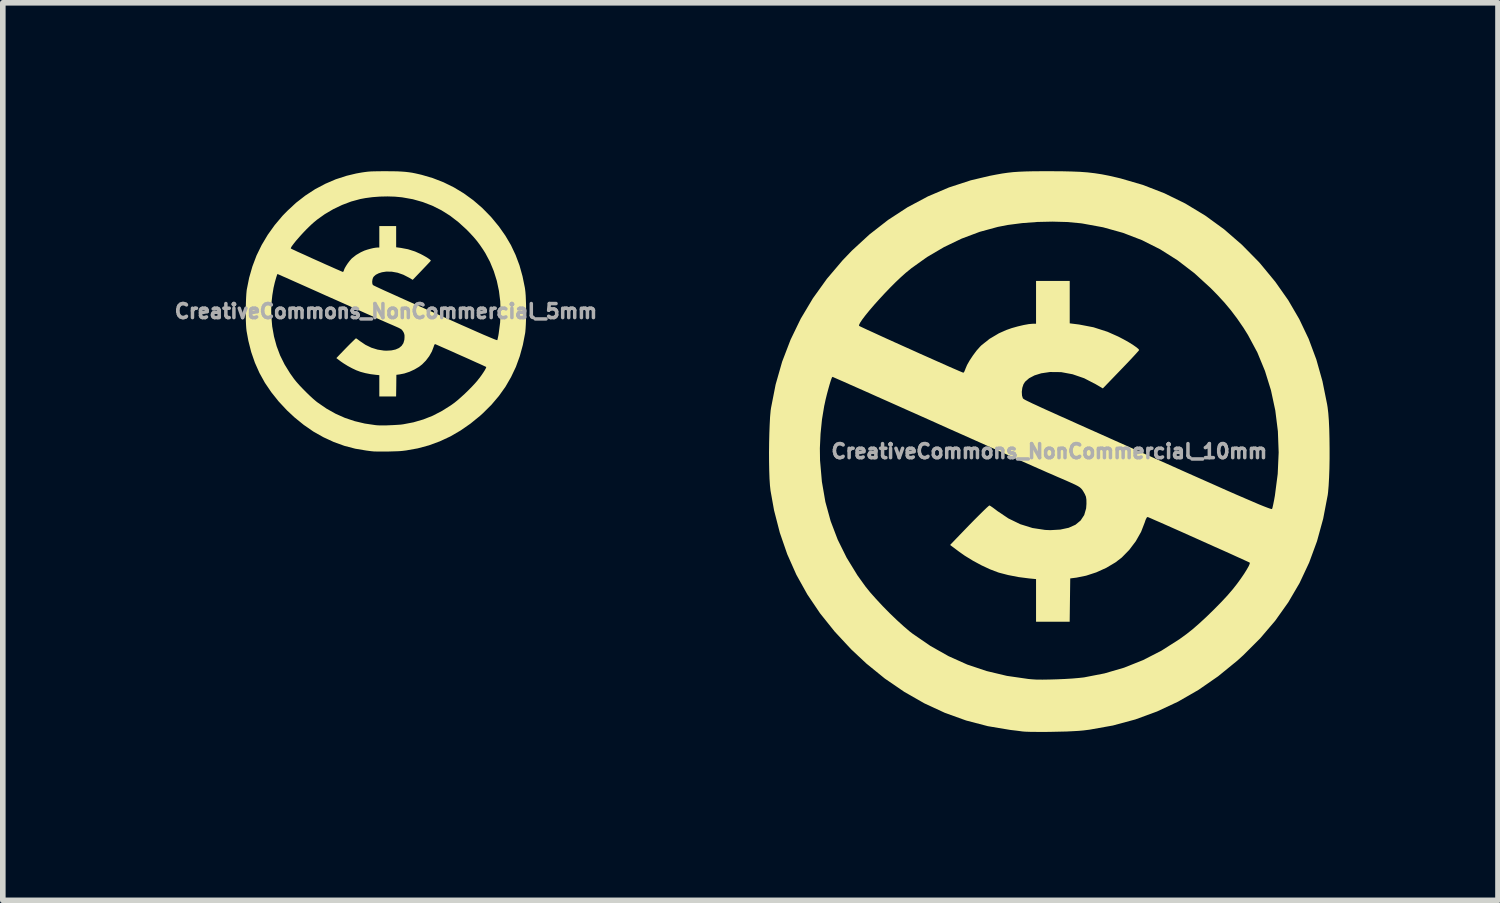
<source format=kicad_pcb>
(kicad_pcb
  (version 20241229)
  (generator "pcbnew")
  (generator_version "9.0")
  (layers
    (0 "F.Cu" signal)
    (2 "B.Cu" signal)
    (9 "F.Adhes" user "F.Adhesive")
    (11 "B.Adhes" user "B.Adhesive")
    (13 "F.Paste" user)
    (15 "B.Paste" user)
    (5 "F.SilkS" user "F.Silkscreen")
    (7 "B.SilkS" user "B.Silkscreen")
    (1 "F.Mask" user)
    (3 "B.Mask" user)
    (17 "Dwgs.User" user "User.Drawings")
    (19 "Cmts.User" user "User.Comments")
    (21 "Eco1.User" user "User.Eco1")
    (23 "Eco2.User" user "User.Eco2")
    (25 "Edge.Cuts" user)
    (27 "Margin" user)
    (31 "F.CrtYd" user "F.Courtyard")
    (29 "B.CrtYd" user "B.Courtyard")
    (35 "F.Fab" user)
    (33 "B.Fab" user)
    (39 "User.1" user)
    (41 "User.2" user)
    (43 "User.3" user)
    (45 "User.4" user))
  (footprint "CreativeCommons_NonCommercial_5mm"
    (layer "F.Cu")
    (at 3.825 2.495)
    (property "Reference" "CreativeCommons_NonCommercial_5mm" (at 0 0 0) (layer "F.Fab") (effects (font (size 0.25 0.25) (thickness 0.3))))
    (attr board_only exclude_from_pos_files exclude_from_bom)
    (fp_poly (pts (xy 0.111 -2.494) (xy 0.198 -2.493) (xy 0.274 -2.489) (xy 0.342 -2.484) (xy 0.405 -2.477) (xy 0.467 -2.468) (xy 0.531 -2.455) (xy 0.601 -2.439) (xy 0.635 -2.431) (xy 0.833 -2.373) (xy 1.026 -2.298) (xy 1.211 -2.207) (xy 1.388 -2.1) (xy 1.556 -1.978) (xy 1.716 -1.84) (xy 1.865 -1.688) (xy 1.881 -1.67) (xy 2.013 -1.51) (xy 2.128 -1.346) (xy 2.227 -1.178) (xy 2.31 -1.002) (xy 2.379 -0.818) (xy 2.433 -0.624) (xy 2.475 -0.419) (xy 2.479 -0.391) (xy 2.485 -0.34) (xy 2.49 -0.275) (xy 2.493 -0.198) (xy 2.496 -0.113) (xy 2.497 -0.024) (xy 2.496 0.066) (xy 2.495 0.153) (xy 2.492 0.234) (xy 2.488 0.306) (xy 2.483 0.365) (xy 2.48 0.389) (xy 2.439 0.6) (xy 2.384 0.801) (xy 2.315 0.991) (xy 2.229 1.172) (xy 2.129 1.345) (xy 2.012 1.509) (xy 1.879 1.666) (xy 1.729 1.815) (xy 1.675 1.864) (xy 1.504 2.003) (xy 1.328 2.125) (xy 1.147 2.23) (xy 0.96 2.317) (xy 0.767 2.388) (xy 0.567 2.442) (xy 0.36 2.479) (xy 0.304 2.486) (xy 0.265 2.49) (xy 0.214 2.493) (xy 0.153 2.495) (xy 0.086 2.497) (xy 0.017 2.499) (xy -0.05 2.499) (xy -0.114 2.499) (xy -0.17 2.498) (xy -0.214 2.497) (xy -0.244 2.494) (xy -0.245 2.494) (xy -0.265 2.492) (xy -0.296 2.488) (xy -0.334 2.483) (xy -0.35 2.481) (xy -0.547 2.448) (xy -0.741 2.397) (xy -0.929 2.329) (xy -1.113 2.244) (xy -1.292 2.143) (xy -1.464 2.024) (xy -1.629 1.89) (xy -1.764 1.764) (xy -1.912 1.605) (xy -2.042 1.442) (xy -2.156 1.274) (xy -2.253 1.099) (xy -2.334 0.917) (xy -2.4 0.726) (xy -2.451 0.525) (xy -2.483 0.35) (xy -2.488 0.304) (xy -2.492 0.244) (xy -2.495 0.172) (xy -2.496 0.092) (xy -2.496 0.008) (xy -2.496 -0.028) (xy -2.044 -0.028) (xy -2.042 0.08) (xy -2.026 0.27) (xy -1.994 0.45) (xy -1.947 0.622) (xy -1.885 0.787) (xy -1.805 0.948) (xy -1.708 1.105) (xy -1.637 1.205) (xy -1.596 1.256) (xy -1.544 1.315) (xy -1.484 1.378) (xy -1.421 1.442) (xy -1.358 1.503) (xy -1.297 1.559) (xy -1.242 1.606) (xy -1.217 1.625) (xy -1.059 1.734) (xy -0.897 1.825) (xy -0.731 1.899) (xy -0.558 1.957) (xy -0.377 2) (xy -0.187 2.028) (xy -0.155 2.031) (xy -0.114 2.033) (xy -0.061 2.033) (xy 0.003 2.033) (xy 0.071 2.03) (xy 0.14 2.027) (xy 0.206 2.023) (xy 0.264 2.019) (xy 0.309 2.013) (xy 0.309 2.013) (xy 0.491 1.978) (xy 0.666 1.927) (xy 0.835 1.86) (xy 0.999 1.775) (xy 1.159 1.674) (xy 1.225 1.626) (xy 1.278 1.583) (xy 1.338 1.53) (xy 1.403 1.471) (xy 1.469 1.407) (xy 1.531 1.344) (xy 1.587 1.284) (xy 1.633 1.231) (xy 1.635 1.227) (xy 1.672 1.181) (xy 1.706 1.134) (xy 1.735 1.091) (xy 1.76 1.052) (xy 1.777 1.021) (xy 1.786 1) (xy 1.785 0.991) (xy 1.776 0.987) (xy 1.752 0.976) (xy 1.716 0.959) (xy 1.668 0.937) (xy 1.611 0.912) (xy 1.547 0.883) (xy 1.477 0.851) (xy 1.403 0.818) (xy 1.328 0.785) (xy 1.252 0.751) (xy 1.179 0.718) (xy 1.109 0.687) (xy 1.045 0.659) (xy 0.988 0.634) (xy 0.941 0.613) (xy 0.905 0.597) (xy 0.882 0.587) (xy 0.876 0.585) (xy 0.867 0.59) (xy 0.857 0.611) (xy 0.85 0.633) (xy 0.818 0.717) (xy 0.771 0.8) (xy 0.712 0.878) (xy 0.645 0.946) (xy 0.59 0.989) (xy 0.508 1.037) (xy 0.419 1.078) (xy 0.328 1.108) (xy 0.242 1.125) (xy 0.241 1.125) (xy 0.186 1.132) (xy 0.184 1.325) (xy 0.181 1.518) (xy -0.118 1.518) (xy -0.118 1.138) (xy -0.18 1.132) (xy -0.274 1.12) (xy -0.366 1.102) (xy -0.449 1.08) (xy -0.461 1.076) (xy -0.528 1.051) (xy -0.604 1.015) (xy -0.68 0.974) (xy -0.753 0.929) (xy -0.804 0.894) (xy -0.883 0.834) (xy -0.826 0.774) (xy -0.77 0.716) (xy -0.717 0.661) (xy -0.668 0.611) (xy -0.624 0.567) (xy -0.587 0.531) (xy -0.559 0.504) (xy -0.541 0.487) (xy -0.534 0.482) (xy -0.523 0.487) (xy -0.503 0.501) (xy -0.475 0.522) (xy -0.462 0.532) (xy -0.364 0.598) (xy -0.259 0.649) (xy -0.149 0.683) (xy -0.037 0.7) (xy 0.009 0.702) (xy 0.098 0.697) (xy 0.172 0.681) (xy 0.233 0.654) (xy 0.279 0.616) (xy 0.311 0.568) (xy 0.328 0.509) (xy 0.331 0.467) (xy 0.331 0.43) (xy 0.326 0.404) (xy 0.317 0.38) (xy 0.305 0.359) (xy 0.295 0.345) (xy 0.285 0.332) (xy 0.273 0.321) (xy 0.255 0.31) (xy 0.231 0.297) (xy 0.196 0.281) (xy 0.148 0.26) (xy 0.105 0.241) (xy 0.074 0.228) (xy 0.044 0.215) (xy 0.012 0.201) (xy -0.02 0.187) (xy -0.056 0.171) (xy -0.095 0.154) (xy -0.139 0.134) (xy -0.189 0.112) (xy -0.245 0.087) (xy -0.309 0.059) (xy -0.381 0.027) (xy -0.463 -0.01) (xy -0.556 -0.051) (xy -0.66 -0.098) (xy -0.777 -0.15) (xy -0.907 -0.208) (xy -1.052 -0.272) (xy -1.212 -0.344) (xy -1.239 -0.356) (xy -1.344 -0.403) (xy -1.445 -0.448) (xy -1.539 -0.49) (xy -1.627 -0.529) (xy -1.705 -0.564) (xy -1.774 -0.595) (xy -1.832 -0.62) (xy -1.878 -0.641) (xy -1.911 -0.655) (xy -1.928 -0.662) (xy -1.932 -0.664) (xy -1.937 -0.655) (xy -1.945 -0.632) (xy -1.956 -0.598) (xy -1.968 -0.556) (xy -1.981 -0.509) (xy -1.992 -0.461) (xy -2.003 -0.414) (xy -2.004 -0.406) (xy -2.024 -0.285) (xy -2.038 -0.156) (xy -2.044 -0.028) (xy -2.496 -0.028) (xy -2.496 -0.077) (xy -2.494 -0.161) (xy -2.491 -0.238) (xy -2.487 -0.306) (xy -2.482 -0.362) (xy -2.479 -0.386) (xy -2.437 -0.596) (xy -2.379 -0.798) (xy -2.305 -0.994) (xy -2.241 -1.125) (xy -1.694 -1.125) (xy -1.694 -1.118) (xy -1.684 -1.113) (xy -1.66 -1.101) (xy -1.623 -1.084) (xy -1.575 -1.061) (xy -1.517 -1.035) (xy -1.452 -1.006) (xy -1.382 -0.974) (xy -1.308 -0.94) (xy -1.232 -0.906) (xy -1.155 -0.872) (xy -1.081 -0.838) (xy -1.01 -0.807) (xy -0.945 -0.778) (xy -0.887 -0.752) (xy -0.838 -0.731) (xy -0.8 -0.714) (xy -0.775 -0.704) (xy -0.765 -0.7) (xy -0.765 -0.7) (xy -0.758 -0.708) (xy -0.749 -0.727) (xy -0.747 -0.736) (xy -0.733 -0.769) (xy -0.709 -0.81) (xy -0.68 -0.854) (xy -0.648 -0.896) (xy -0.617 -0.932) (xy -0.605 -0.944) (xy -0.532 -1.002) (xy -0.448 -1.051) (xy -0.383 -1.081) (xy -0.335 -1.097) (xy -0.282 -1.112) (xy -0.229 -1.125) (xy -0.181 -1.133) (xy -0.146 -1.136) (xy -0.118 -1.136) (xy -0.118 -1.518) (xy 0.182 -1.518) (xy 0.182 -1.14) (xy 0.266 -1.129) (xy 0.393 -1.105) (xy 0.518 -1.065) (xy 0.614 -1.022) (xy 0.662 -0.997) (xy 0.708 -0.971) (xy 0.747 -0.947) (xy 0.777 -0.926) (xy 0.795 -0.91) (xy 0.8 -0.902) (xy 0.794 -0.894) (xy 0.777 -0.875) (xy 0.75 -0.846) (xy 0.716 -0.81) (xy 0.676 -0.768) (xy 0.638 -0.728) (xy 0.477 -0.56) (xy 0.413 -0.598) (xy 0.31 -0.651) (xy 0.207 -0.687) (xy 0.106 -0.705) (xy 0.006 -0.707) (xy -0.072 -0.695) (xy -0.131 -0.676) (xy -0.18 -0.651) (xy -0.215 -0.62) (xy -0.23 -0.598) (xy -0.24 -0.566) (xy -0.245 -0.53) (xy -0.243 -0.497) (xy -0.235 -0.473) (xy -0.234 -0.471) (xy -0.232 -0.468) (xy -0.227 -0.465) (xy -0.22 -0.461) (xy -0.209 -0.455) (xy -0.194 -0.448) (xy -0.174 -0.438) (xy -0.148 -0.426) (xy -0.116 -0.411) (xy -0.077 -0.393) (xy -0.03 -0.371) (xy 0.026 -0.346) (xy 0.091 -0.317) (xy 0.166 -0.283) (xy 0.252 -0.244) (xy 0.35 -0.2) (xy 0.46 -0.151) (xy 0.583 -0.096) (xy 0.719 -0.035) (xy 0.87 0.032) (xy 1.037 0.106) (xy 1.205 0.181) (xy 1.343 0.243) (xy 1.466 0.297) (xy 1.574 0.345) (xy 1.667 0.386) (xy 1.747 0.421) (xy 1.814 0.449) (xy 1.868 0.472) (xy 1.911 0.49) (xy 1.944 0.503) (xy 1.966 0.511) (xy 1.98 0.514) (xy 1.984 0.514) (xy 1.988 0.5) (xy 1.994 0.473) (xy 2.002 0.436) (xy 2.009 0.394) (xy 2.034 0.201) (xy 2.043 0.01) (xy 2.036 -0.179) (xy 2.013 -0.364) (xy 1.975 -0.543) (xy 1.921 -0.716) (xy 1.853 -0.881) (xy 1.77 -1.037) (xy 1.73 -1.1) (xy 1.674 -1.182) (xy 1.619 -1.255) (xy 1.561 -1.324) (xy 1.495 -1.395) (xy 1.437 -1.455) (xy 1.292 -1.587) (xy 1.143 -1.702) (xy 0.987 -1.8) (xy 0.825 -1.881) (xy 0.656 -1.946) (xy 0.479 -1.996) (xy 0.293 -2.029) (xy 0.278 -2.031) (xy 0.159 -2.042) (xy 0.029 -2.046) (xy -0.107 -2.043) (xy -0.241 -2.033) (xy -0.368 -2.016) (xy -0.458 -1.999) (xy -0.62 -1.955) (xy -0.781 -1.894) (xy -0.938 -1.819) (xy -1.088 -1.731) (xy -1.228 -1.631) (xy -1.279 -1.589) (xy -1.322 -1.551) (xy -1.368 -1.507) (xy -1.417 -1.459) (xy -1.466 -1.408) (xy -1.514 -1.356) (xy -1.559 -1.305) (xy -1.601 -1.257) (xy -1.636 -1.213) (xy -1.665 -1.175) (xy -1.685 -1.146) (xy -1.694 -1.125) (xy -2.241 -1.125) (xy -2.213 -1.182) (xy -2.105 -1.363) (xy -1.981 -1.536) (xy -1.841 -1.702) (xy -1.759 -1.786) (xy -1.602 -1.932) (xy -1.436 -2.061) (xy -1.263 -2.174) (xy -1.082 -2.27) (xy -0.894 -2.351) (xy -0.699 -2.414) (xy -0.532 -2.454) (xy -0.472 -2.465) (xy -0.42 -2.474) (xy -0.37 -2.481) (xy -0.321 -2.487) (xy -0.269 -2.491) (xy -0.21 -2.493) (xy -0.142 -2.494) (xy -0.062 -2.495) (xy 0.009 -2.495)) (stroke (width 0) (type solid)) (fill yes) (layer "F.SilkS")))
  (footprint "CreativeCommons_NonCommercial_10mm"
    (layer "F.Cu")
    (at 15.642 4.99)
    (property "Reference" "CreativeCommons_NonCommercial_10mm" (at 0 0 0) (layer "F.Fab") (effects (font (size 0.25 0.25) (thickness 0.3))))
    (attr board_only exclude_from_pos_files exclude_from_bom)
    (fp_poly (pts (xy 0.222 -4.989) (xy 0.396 -4.985) (xy 0.548 -4.979) (xy 0.683 -4.969) (xy 0.81 -4.954) (xy 0.934 -4.935) (xy 1.062 -4.91) (xy 1.202 -4.878) (xy 1.269 -4.862) (xy 1.667 -4.746) (xy 2.051 -4.597) (xy 2.422 -4.415) (xy 2.776 -4.201) (xy 3.113 -3.956) (xy 3.431 -3.68) (xy 3.73 -3.376) (xy 3.762 -3.34) (xy 4.026 -3.02) (xy 4.256 -2.693) (xy 4.453 -2.355) (xy 4.62 -2.004) (xy 4.757 -1.636) (xy 4.866 -1.249) (xy 4.949 -0.838) (xy 4.958 -0.782) (xy 4.97 -0.68) (xy 4.98 -0.549) (xy 4.987 -0.396) (xy 4.991 -0.226) (xy 4.993 -0.049) (xy 4.993 0.131) (xy 4.99 0.306) (xy 4.984 0.468) (xy 4.976 0.612) (xy 4.966 0.73) (xy 4.96 0.777) (xy 4.879 1.2) (xy 4.769 1.601) (xy 4.629 1.982) (xy 4.459 2.345) (xy 4.257 2.69) (xy 4.024 3.018) (xy 3.757 3.331) (xy 3.458 3.63) (xy 3.349 3.729) (xy 3.008 4.007) (xy 2.657 4.25) (xy 2.294 4.459) (xy 1.92 4.634) (xy 1.533 4.776) (xy 1.133 4.884) (xy 0.719 4.958) (xy 0.608 4.972) (xy 0.53 4.979) (xy 0.427 4.985) (xy 0.306 4.991) (xy 0.173 4.994) (xy 0.035 4.997) (xy -0.101 4.999) (xy -0.228 4.998) (xy -0.339 4.997) (xy -0.428 4.994) (xy -0.488 4.989) (xy -0.491 4.988) (xy -0.529 4.983) (xy -0.592 4.975) (xy -0.669 4.966) (xy -0.7 4.962) (xy -1.094 4.896) (xy -1.481 4.795) (xy -1.859 4.659) (xy -2.226 4.489) (xy -2.583 4.285) (xy -2.928 4.049) (xy -3.259 3.78) (xy -3.528 3.528) (xy -3.823 3.211) (xy -4.084 2.885) (xy -4.311 2.548) (xy -4.506 2.198) (xy -4.668 1.833) (xy -4.8 1.451) (xy -4.903 1.051) (xy -4.966 0.7) (xy -4.976 0.609) (xy -4.984 0.488) (xy -4.989 0.344) (xy -4.992 0.185) (xy -4.993 0.016) (xy -4.992 -0.056) (xy -4.087 -0.056) (xy -4.084 0.161) (xy -4.051 0.54) (xy -3.989 0.9) (xy -3.895 1.243) (xy -3.769 1.574) (xy -3.61 1.895) (xy -3.417 2.21) (xy -3.274 2.409) (xy -3.191 2.512) (xy -3.087 2.629) (xy -2.969 2.756) (xy -2.843 2.884) (xy -2.715 3.007) (xy -2.593 3.118) (xy -2.484 3.211) (xy -2.433 3.25) (xy -2.117 3.467) (xy -1.794 3.649) (xy -1.462 3.798) (xy -1.116 3.914) (xy -0.755 4) (xy -0.374 4.055) (xy -0.309 4.061) (xy -0.229 4.066) (xy -0.121 4.067) (xy 0.006 4.065) (xy 0.142 4.061) (xy 0.281 4.055) (xy 0.412 4.047) (xy 0.527 4.037) (xy 0.618 4.027) (xy 0.618 4.027) (xy 0.983 3.956) (xy 1.332 3.854) (xy 1.67 3.719) (xy 1.998 3.551) (xy 2.318 3.347) (xy 2.45 3.251) (xy 2.556 3.167) (xy 2.677 3.061) (xy 2.807 2.941) (xy 2.937 2.814) (xy 3.062 2.687) (xy 3.174 2.567) (xy 3.265 2.461) (xy 3.271 2.454) (xy 3.344 2.361) (xy 3.411 2.269) (xy 3.471 2.181) (xy 3.519 2.104) (xy 3.554 2.042) (xy 3.571 2) (xy 3.571 1.983) (xy 3.553 1.974) (xy 3.505 1.952) (xy 3.431 1.918) (xy 3.336 1.875) (xy 3.222 1.823) (xy 3.093 1.765) (xy 2.953 1.703) (xy 2.806 1.637) (xy 2.655 1.569) (xy 2.505 1.502) (xy 2.358 1.436) (xy 2.218 1.374) (xy 2.09 1.317) (xy 1.977 1.267) (xy 1.882 1.226) (xy 1.81 1.194) (xy 1.763 1.174) (xy 1.752 1.169) (xy 1.735 1.181) (xy 1.715 1.222) (xy 1.7 1.267) (xy 1.635 1.435) (xy 1.541 1.601) (xy 1.424 1.756) (xy 1.291 1.892) (xy 1.179 1.978) (xy 1.016 2.075) (xy 0.837 2.156) (xy 0.656 2.215) (xy 0.483 2.25) (xy 0.482 2.25) (xy 0.373 2.264) (xy 0.363 3.036) (xy -0.236 3.036) (xy -0.236 2.276) (xy -0.359 2.264) (xy -0.547 2.24) (xy -0.732 2.204) (xy -0.898 2.161) (xy -0.921 2.153) (xy -1.057 2.101) (xy -1.207 2.031) (xy -1.361 1.948) (xy -1.506 1.859) (xy -1.608 1.787) (xy -1.767 1.668) (xy -1.652 1.548) (xy -1.54 1.432) (xy -1.434 1.322) (xy -1.336 1.222) (xy -1.248 1.134) (xy -1.175 1.062) (xy -1.118 1.007) (xy -1.081 0.974) (xy -1.067 0.964) (xy -1.047 0.974) (xy -1.006 1.002) (xy -0.951 1.043) (xy -0.924 1.064) (xy -0.727 1.196) (xy -0.517 1.298) (xy -0.299 1.366) (xy -0.075 1.4) (xy 0.018 1.404) (xy 0.195 1.394) (xy 0.345 1.362) (xy 0.466 1.308) (xy 0.558 1.232) (xy 0.622 1.135) (xy 0.656 1.017) (xy 0.662 0.935) (xy 0.661 0.861) (xy 0.653 0.808) (xy 0.633 0.761) (xy 0.609 0.719) (xy 0.59 0.689) (xy 0.57 0.665) (xy 0.546 0.643) (xy 0.511 0.62) (xy 0.461 0.594) (xy 0.391 0.562) (xy 0.297 0.52) (xy 0.209 0.482) (xy 0.148 0.456) (xy 0.087 0.429) (xy 0.025 0.402) (xy -0.041 0.374) (xy -0.112 0.342) (xy -0.19 0.308) (xy -0.278 0.269) (xy -0.377 0.225) (xy -0.49 0.175) (xy -0.618 0.118) (xy -0.763 0.054) (xy -0.927 -0.02) (xy -1.112 -0.102) (xy -1.32 -0.195) (xy -1.553 -0.299) (xy -1.814 -0.415) (xy -2.103 -0.545) (xy -2.423 -0.688) (xy -2.478 -0.712) (xy -2.688 -0.806) (xy -2.89 -0.896) (xy -3.079 -0.98) (xy -3.253 -1.058) (xy -3.411 -1.128) (xy -3.549 -1.189) (xy -3.665 -1.241) (xy -3.757 -1.281) (xy -3.821 -1.309) (xy -3.857 -1.325) (xy -3.863 -1.327) (xy -3.874 -1.311) (xy -3.891 -1.265) (xy -3.912 -1.197) (xy -3.936 -1.112) (xy -3.961 -1.019) (xy -3.985 -0.922) (xy -4.005 -0.828) (xy -4.009 -0.812) (xy -4.049 -0.57) (xy -4.075 -0.312) (xy -4.087 -0.056) (xy -4.992 -0.056) (xy -4.991 -0.155) (xy -4.987 -0.321) (xy -4.981 -0.476) (xy -4.974 -0.613) (xy -4.964 -0.725) (xy -4.957 -0.773) (xy -4.875 -1.191) (xy -4.759 -1.597) (xy -4.609 -1.988) (xy -4.482 -2.251) (xy -3.389 -2.251) (xy -3.388 -2.235) (xy -3.369 -2.225) (xy -3.32 -2.202) (xy -3.246 -2.167) (xy -3.149 -2.123) (xy -3.034 -2.07) (xy -2.905 -2.011) (xy -2.764 -1.947) (xy -2.615 -1.88) (xy -2.463 -1.812) (xy -2.311 -1.743) (xy -2.162 -1.677) (xy -2.021 -1.614) (xy -1.89 -1.556) (xy -1.774 -1.504) (xy -1.677 -1.462) (xy -1.601 -1.429) (xy -1.551 -1.408) (xy -1.53 -1.4) (xy -1.53 -1.4) (xy -1.516 -1.416) (xy -1.499 -1.455) (xy -1.493 -1.472) (xy -1.465 -1.538) (xy -1.419 -1.619) (xy -1.36 -1.708) (xy -1.297 -1.793) (xy -1.234 -1.864) (xy -1.21 -1.888) (xy -1.064 -2.004) (xy -0.897 -2.103) (xy -0.766 -2.161) (xy -0.67 -2.195) (xy -0.563 -2.225) (xy -0.457 -2.25) (xy -0.363 -2.267) (xy -0.292 -2.273) (xy -0.236 -2.273) (xy -0.236 -3.036) (xy 0.364 -3.036) (xy 0.364 -2.28) (xy 0.532 -2.259) (xy 0.787 -2.21) (xy 1.036 -2.13) (xy 1.227 -2.045) (xy 1.325 -1.994) (xy 1.416 -1.943) (xy 1.494 -1.894) (xy 1.554 -1.852) (xy 1.591 -1.82) (xy 1.6 -1.804) (xy 1.588 -1.788) (xy 1.554 -1.75) (xy 1.501 -1.692) (xy 1.433 -1.619) (xy 1.353 -1.535) (xy 1.277 -1.456) (xy 0.954 -1.121) (xy 0.826 -1.196) (xy 0.621 -1.302) (xy 0.415 -1.373) (xy 0.211 -1.411) (xy 0.012 -1.413) (xy -0.144 -1.39) (xy -0.263 -1.353) (xy -0.36 -1.302) (xy -0.431 -1.24) (xy -0.46 -1.195) (xy -0.481 -1.131) (xy -0.49 -1.06) (xy -0.486 -0.993) (xy -0.471 -0.945) (xy -0.468 -0.942) (xy -0.463 -0.937) (xy -0.454 -0.931) (xy -0.44 -0.922) (xy -0.418 -0.91) (xy -0.388 -0.895) (xy -0.348 -0.876) (xy -0.297 -0.851) (xy -0.233 -0.822) (xy -0.154 -0.785) (xy -0.06 -0.742) (xy 0.052 -0.692) (xy 0.182 -0.633) (xy 0.333 -0.566) (xy 0.505 -0.488) (xy 0.7 -0.401) (xy 0.92 -0.303) (xy 1.165 -0.193) (xy 1.439 -0.071) (xy 1.741 0.064) (xy 2.074 0.212) (xy 2.409 0.362) (xy 2.686 0.485) (xy 2.932 0.594) (xy 3.147 0.69) (xy 3.334 0.772) (xy 3.494 0.841) (xy 3.627 0.898) (xy 3.736 0.945) (xy 3.823 0.98) (xy 3.888 1.005) (xy 3.933 1.021) (xy 3.959 1.028) (xy 3.968 1.027) (xy 3.977 1) (xy 3.989 0.946) (xy 4.004 0.872) (xy 4.019 0.788) (xy 4.069 0.402) (xy 4.086 0.02) (xy 4.072 -0.358) (xy 4.026 -0.728) (xy 3.949 -1.087) (xy 3.842 -1.432) (xy 3.706 -1.762) (xy 3.539 -2.073) (xy 3.46 -2.2) (xy 3.347 -2.364) (xy 3.237 -2.51) (xy 3.121 -2.649) (xy 2.991 -2.79) (xy 2.874 -2.909) (xy 2.585 -3.173) (xy 2.285 -3.403) (xy 1.975 -3.599) (xy 1.651 -3.762) (xy 1.313 -3.892) (xy 0.958 -3.991) (xy 0.587 -4.059) (xy 0.557 -4.063) (xy 0.318 -4.085) (xy 0.057 -4.092) (xy -0.213 -4.086) (xy -0.481 -4.066) (xy -0.736 -4.033) (xy -0.917 -3.998) (xy -1.24 -3.91) (xy -1.562 -3.789) (xy -1.876 -3.638) (xy -2.176 -3.462) (xy -2.455 -3.263) (xy -2.558 -3.179) (xy -2.643 -3.103) (xy -2.736 -3.015) (xy -2.833 -2.918) (xy -2.931 -2.816) (xy -3.027 -2.712) (xy -3.118 -2.611) (xy -3.201 -2.514) (xy -3.273 -2.426) (xy -3.33 -2.351) (xy -3.37 -2.291) (xy -3.389 -2.251) (xy -4.482 -2.251) (xy -4.427 -2.364) (xy -4.211 -2.726) (xy -3.962 -3.073) (xy -3.681 -3.404) (xy -3.519 -3.573) (xy -3.204 -3.863) (xy -2.872 -4.122) (xy -2.525 -4.348) (xy -2.163 -4.541) (xy -1.787 -4.701) (xy -1.398 -4.828) (xy -1.064 -4.907) (xy -0.945 -4.93) (xy -0.839 -4.949) (xy -0.741 -4.963) (xy -0.642 -4.974) (xy -0.537 -4.981) (xy -0.42 -4.986) (xy -0.285 -4.989) (xy -0.124 -4.99) (xy 0.018 -4.99)) (stroke (width 0) (type solid)) (fill yes) (layer "F.SilkS")))
  (gr_rect
    (start -3 -3)
    (end 23.635 12.989)
    (stroke (width 0.1) (type default))
    (fill no)
    (layer "Edge.Cuts")))
</source>
